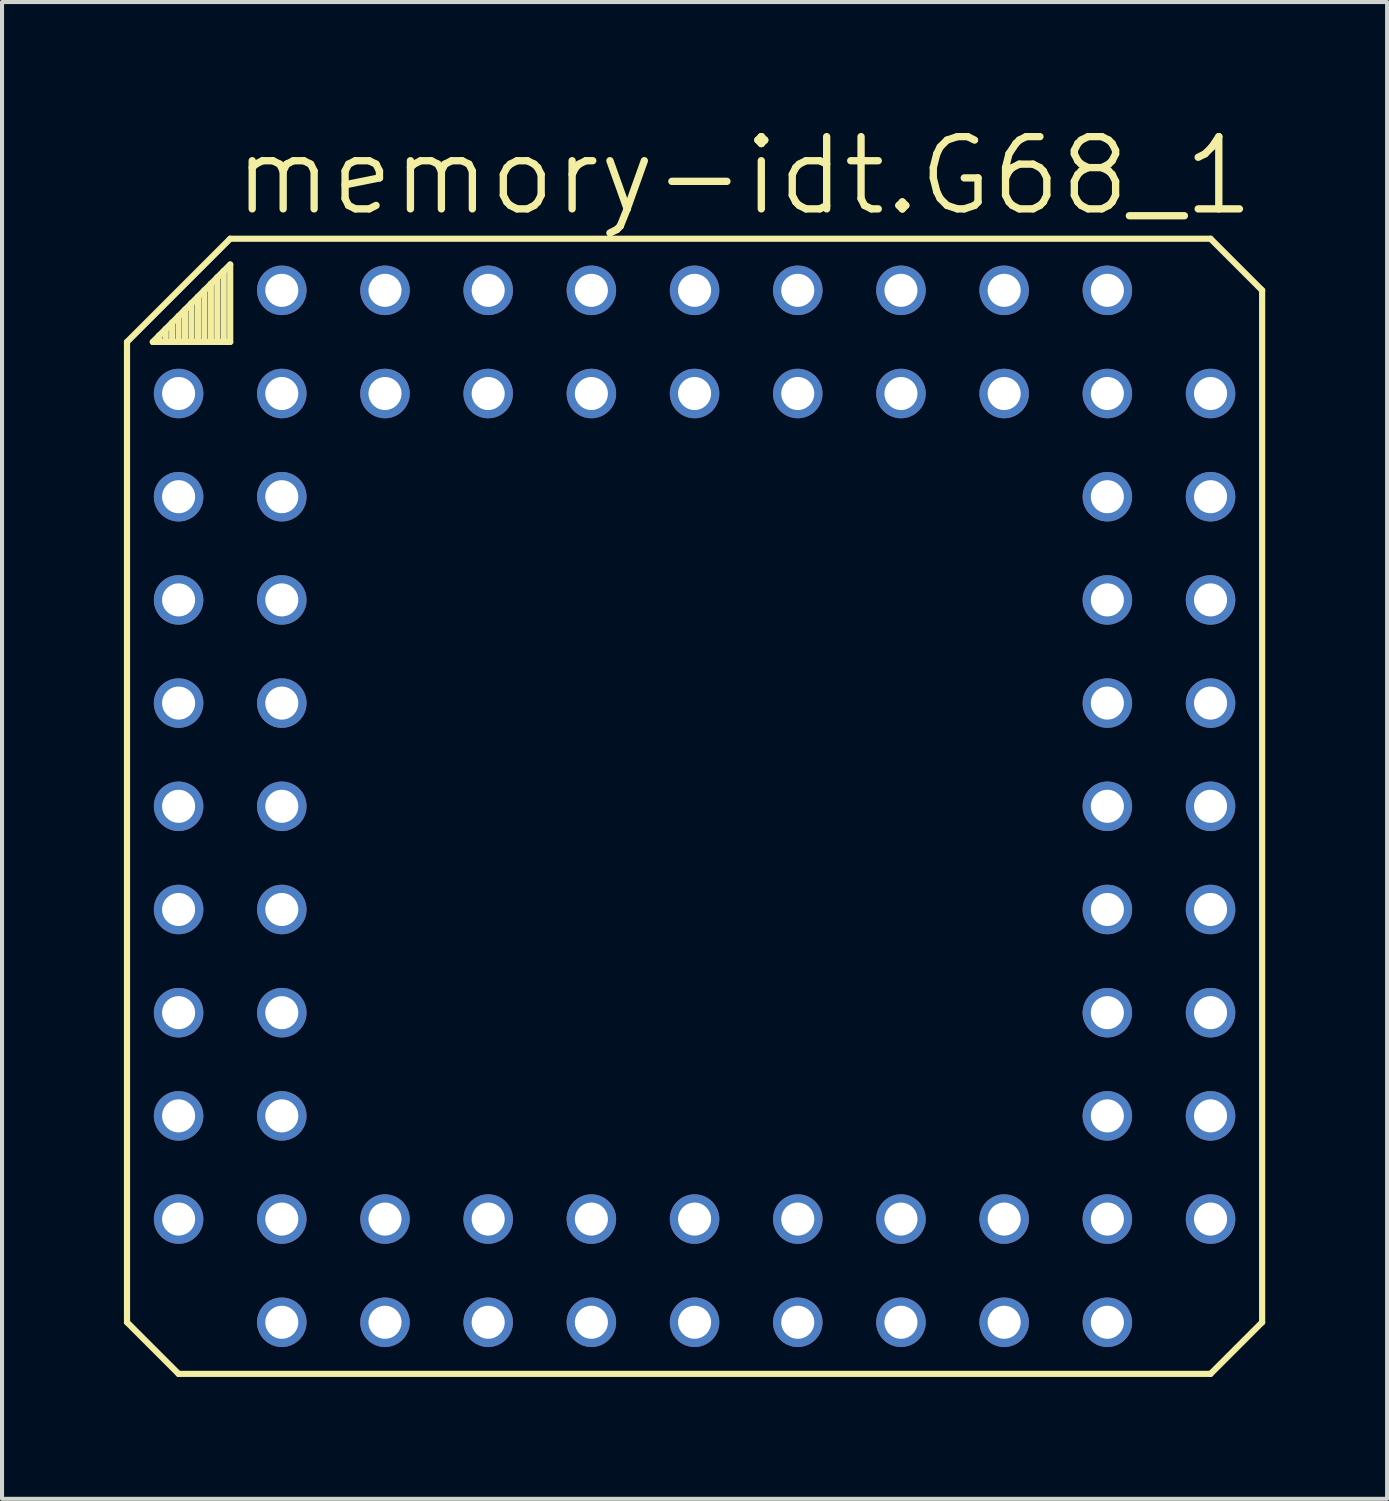
<source format=kicad_pcb>
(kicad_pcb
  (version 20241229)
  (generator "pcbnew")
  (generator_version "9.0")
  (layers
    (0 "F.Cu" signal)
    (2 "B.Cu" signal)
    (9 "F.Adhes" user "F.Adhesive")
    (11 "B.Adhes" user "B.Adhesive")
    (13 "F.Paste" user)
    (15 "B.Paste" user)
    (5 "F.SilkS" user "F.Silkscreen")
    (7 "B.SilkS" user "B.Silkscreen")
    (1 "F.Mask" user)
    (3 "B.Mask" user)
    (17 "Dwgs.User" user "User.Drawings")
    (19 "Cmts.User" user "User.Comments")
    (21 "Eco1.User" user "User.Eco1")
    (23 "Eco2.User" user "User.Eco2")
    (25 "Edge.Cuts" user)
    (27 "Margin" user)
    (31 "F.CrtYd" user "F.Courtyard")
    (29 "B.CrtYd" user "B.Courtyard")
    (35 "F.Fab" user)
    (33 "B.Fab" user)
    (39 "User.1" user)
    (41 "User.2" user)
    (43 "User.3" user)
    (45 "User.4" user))
  (footprint "memory-idt.G68_1"
    (layer "F.Cu")
    (at 14.046 16.796)
    (property "Reference" "memory-idt.G68_1" (at -11.43 -14.478 0) (layer "F.SilkS") (effects (font (size 1.778 1.778) (thickness 0.18)) (justify left bottom)))
    (attr through_hole)
    (fp_line (start -13.97 -11.43) (end -11.43 -13.97) (stroke (width 0.152) (type default)) (layer "F.SilkS"))
    (fp_line (start -13.97 12.7) (end -13.97 -11.43) (stroke (width 0.152) (type default)) (layer "F.SilkS"))
    (fp_line (start -13.335 -11.43) (end -13.176 -11.589) (stroke (width 0.152) (type default)) (layer "F.SilkS"))
    (fp_line (start -13.176 -11.589) (end -13.176 -11.43) (stroke (width 0.152) (type default)) (layer "F.SilkS"))
    (fp_line (start -13.176 -11.589) (end -13.018 -11.748) (stroke (width 0.152) (type default)) (layer "F.SilkS"))
    (fp_line (start -13.176 -11.43) (end -13.335 -11.43) (stroke (width 0.152) (type default)) (layer "F.SilkS"))
    (fp_line (start -13.018 -11.748) (end -13.018 -11.43) (stroke (width 0.152) (type default)) (layer "F.SilkS"))
    (fp_line (start -13.018 -11.748) (end -12.859 -11.906) (stroke (width 0.152) (type default)) (layer "F.SilkS"))
    (fp_line (start -13.018 -11.43) (end -13.176 -11.43) (stroke (width 0.152) (type default)) (layer "F.SilkS"))
    (fp_line (start -12.859 -11.906) (end -12.859 -11.43) (stroke (width 0.152) (type default)) (layer "F.SilkS"))
    (fp_line (start -12.859 -11.906) (end -12.7 -12.065) (stroke (width 0.152) (type default)) (layer "F.SilkS"))
    (fp_line (start -12.859 -11.43) (end -13.018 -11.43) (stroke (width 0.152) (type default)) (layer "F.SilkS"))
    (fp_line (start -12.7 -12.065) (end -12.7 -11.43) (stroke (width 0.152) (type default)) (layer "F.SilkS"))
    (fp_line (start -12.7 -12.065) (end -12.541 -12.224) (stroke (width 0.152) (type default)) (layer "F.SilkS"))
    (fp_line (start -12.7 -11.43) (end -12.859 -11.43) (stroke (width 0.152) (type default)) (layer "F.SilkS"))
    (fp_line (start -12.7 13.97) (end -13.97 12.7) (stroke (width 0.152) (type default)) (layer "F.SilkS"))
    (fp_line (start -12.541 -12.224) (end -12.541 -11.43) (stroke (width 0.152) (type default)) (layer "F.SilkS"))
    (fp_line (start -12.541 -12.224) (end -12.383 -12.383) (stroke (width 0.152) (type default)) (layer "F.SilkS"))
    (fp_line (start -12.541 -11.43) (end -12.7 -11.43) (stroke (width 0.152) (type default)) (layer "F.SilkS"))
    (fp_line (start -12.383 -12.383) (end -12.383 -11.43) (stroke (width 0.152) (type default)) (layer "F.SilkS"))
    (fp_line (start -12.383 -12.383) (end -12.224 -12.541) (stroke (width 0.152) (type default)) (layer "F.SilkS"))
    (fp_line (start -12.383 -11.43) (end -12.541 -11.43) (stroke (width 0.152) (type default)) (layer "F.SilkS"))
    (fp_line (start -12.224 -12.541) (end -12.224 -11.43) (stroke (width 0.152) (type default)) (layer "F.SilkS"))
    (fp_line (start -12.224 -12.541) (end -12.065 -12.7) (stroke (width 0.152) (type default)) (layer "F.SilkS"))
    (fp_line (start -12.224 -11.43) (end -12.383 -11.43) (stroke (width 0.152) (type default)) (layer "F.SilkS"))
    (fp_line (start -12.065 -12.7) (end -12.065 -11.43) (stroke (width 0.152) (type default)) (layer "F.SilkS"))
    (fp_line (start -12.065 -12.7) (end -11.906 -12.859) (stroke (width 0.152) (type default)) (layer "F.SilkS"))
    (fp_line (start -12.065 -11.43) (end -12.224 -11.43) (stroke (width 0.152) (type default)) (layer "F.SilkS"))
    (fp_line (start -11.906 -12.859) (end -11.906 -11.43) (stroke (width 0.152) (type default)) (layer "F.SilkS"))
    (fp_line (start -11.906 -12.859) (end -11.748 -13.018) (stroke (width 0.152) (type default)) (layer "F.SilkS"))
    (fp_line (start -11.906 -11.43) (end -12.065 -11.43) (stroke (width 0.152) (type default)) (layer "F.SilkS"))
    (fp_line (start -11.748 -13.018) (end -11.748 -11.43) (stroke (width 0.152) (type default)) (layer "F.SilkS"))
    (fp_line (start -11.748 -13.018) (end -11.589 -13.176) (stroke (width 0.152) (type default)) (layer "F.SilkS"))
    (fp_line (start -11.748 -11.43) (end -11.906 -11.43) (stroke (width 0.152) (type default)) (layer "F.SilkS"))
    (fp_line (start -11.589 -13.176) (end -11.589 -11.43) (stroke (width 0.152) (type default)) (layer "F.SilkS"))
    (fp_line (start -11.589 -13.176) (end -11.43 -13.335) (stroke (width 0.152) (type default)) (layer "F.SilkS"))
    (fp_line (start -11.589 -11.43) (end -11.748 -11.43) (stroke (width 0.152) (type default)) (layer "F.SilkS"))
    (fp_line (start -11.43 -13.97) (end 12.7 -13.97) (stroke (width 0.152) (type default)) (layer "F.SilkS"))
    (fp_line (start -11.43 -13.335) (end -11.43 -11.43) (stroke (width 0.152) (type default)) (layer "F.SilkS"))
    (fp_line (start -11.43 -11.43) (end -11.589 -11.43) (stroke (width 0.152) (type default)) (layer "F.SilkS"))
    (fp_line (start 12.7 -13.97) (end 13.97 -12.7) (stroke (width 0.152) (type default)) (layer "F.SilkS"))
    (fp_line (start 12.7 13.97) (end -12.7 13.97) (stroke (width 0.152) (type default)) (layer "F.SilkS"))
    (fp_line (start 13.97 -12.7) (end 13.97 12.7) (stroke (width 0.152) (type default)) (layer "F.SilkS"))
    (fp_line (start 13.97 12.7) (end 12.7 13.97) (stroke (width 0.152) (type default)) (layer "F.SilkS"))
    (pad "1" thru_hole circle (at -10.16 -10.16) (size 1.219 1.219) (drill 0.813) (layers "*.Cu" "*.Mask"))
    (pad "2" thru_hole circle (at -12.7 -10.16) (size 1.219 1.219) (drill 0.813) (layers "*.Cu" "*.Mask"))
    (pad "3" thru_hole circle (at -10.16 -7.62) (size 1.219 1.219) (drill 0.813) (layers "*.Cu" "*.Mask"))
    (pad "4" thru_hole circle (at -12.7 -7.62) (size 1.219 1.219) (drill 0.813) (layers "*.Cu" "*.Mask"))
    (pad "5" thru_hole circle (at -10.16 -5.08) (size 1.219 1.219) (drill 0.813) (layers "*.Cu" "*.Mask"))
    (pad "6" thru_hole circle (at -12.7 -5.08) (size 1.219 1.219) (drill 0.813) (layers "*.Cu" "*.Mask"))
    (pad "7" thru_hole circle (at -10.16 -2.54) (size 1.219 1.219) (drill 0.813) (layers "*.Cu" "*.Mask"))
    (pad "8" thru_hole circle (at -12.7 -2.54) (size 1.219 1.219) (drill 0.813) (layers "*.Cu" "*.Mask"))
    (pad "9" thru_hole circle (at -10.16 0) (size 1.219 1.219) (drill 0.813) (layers "*.Cu" "*.Mask"))
    (pad "10" thru_hole circle (at -12.7 0) (size 1.219 1.219) (drill 0.813) (layers "*.Cu" "*.Mask"))
    (pad "11" thru_hole circle (at -10.16 2.54) (size 1.219 1.219) (drill 0.813) (layers "*.Cu" "*.Mask"))
    (pad "12" thru_hole circle (at -12.7 2.54) (size 1.219 1.219) (drill 0.813) (layers "*.Cu" "*.Mask"))
    (pad "13" thru_hole circle (at -10.16 5.08) (size 1.219 1.219) (drill 0.813) (layers "*.Cu" "*.Mask"))
    (pad "14" thru_hole circle (at -12.7 5.08) (size 1.219 1.219) (drill 0.813) (layers "*.Cu" "*.Mask"))
    (pad "15" thru_hole circle (at -10.16 7.62) (size 1.219 1.219) (drill 0.813) (layers "*.Cu" "*.Mask"))
    (pad "16" thru_hole circle (at -12.7 7.62) (size 1.219 1.219) (drill 0.813) (layers "*.Cu" "*.Mask"))
    (pad "17" thru_hole circle (at -12.7 10.16) (size 1.219 1.219) (drill 0.813) (layers "*.Cu" "*.Mask"))
    (pad "18" thru_hole circle (at -10.16 10.16) (size 1.219 1.219) (drill 0.813) (layers "*.Cu" "*.Mask"))
    (pad "19" thru_hole circle (at -10.16 12.7) (size 1.219 1.219) (drill 0.813) (layers "*.Cu" "*.Mask"))
    (pad "20" thru_hole circle (at -7.62 10.16) (size 1.219 1.219) (drill 0.813) (layers "*.Cu" "*.Mask"))
    (pad "21" thru_hole circle (at -7.62 12.7) (size 1.219 1.219) (drill 0.813) (layers "*.Cu" "*.Mask"))
    (pad "22" thru_hole circle (at -5.08 10.16) (size 1.219 1.219) (drill 0.813) (layers "*.Cu" "*.Mask"))
    (pad "23" thru_hole circle (at -5.08 12.7) (size 1.219 1.219) (drill 0.813) (layers "*.Cu" "*.Mask"))
    (pad "24" thru_hole circle (at -2.54 10.16) (size 1.219 1.219) (drill 0.813) (layers "*.Cu" "*.Mask"))
    (pad "25" thru_hole circle (at -2.54 12.7) (size 1.219 1.219) (drill 0.813) (layers "*.Cu" "*.Mask"))
    (pad "26" thru_hole circle (at 0 10.16) (size 1.219 1.219) (drill 0.813) (layers "*.Cu" "*.Mask"))
    (pad "27" thru_hole circle (at 0 12.7) (size 1.219 1.219) (drill 0.813) (layers "*.Cu" "*.Mask"))
    (pad "28" thru_hole circle (at 2.54 10.16) (size 1.219 1.219) (drill 0.813) (layers "*.Cu" "*.Mask"))
    (pad "29" thru_hole circle (at 2.54 12.7) (size 1.219 1.219) (drill 0.813) (layers "*.Cu" "*.Mask"))
    (pad "30" thru_hole circle (at 5.08 10.16) (size 1.219 1.219) (drill 0.813) (layers "*.Cu" "*.Mask"))
    (pad "31" thru_hole circle (at 5.08 12.7) (size 1.219 1.219) (drill 0.813) (layers "*.Cu" "*.Mask"))
    (pad "32" thru_hole circle (at 7.62 10.16) (size 1.219 1.219) (drill 0.813) (layers "*.Cu" "*.Mask"))
    (pad "33" thru_hole circle (at 7.62 12.7) (size 1.219 1.219) (drill 0.813) (layers "*.Cu" "*.Mask"))
    (pad "34" thru_hole circle (at 10.16 12.7) (size 1.219 1.219) (drill 0.813) (layers "*.Cu" "*.Mask"))
    (pad "35" thru_hole circle (at 10.16 10.16) (size 1.219 1.219) (drill 0.813) (layers "*.Cu" "*.Mask"))
    (pad "36" thru_hole circle (at 12.7 10.16) (size 1.219 1.219) (drill 0.813) (layers "*.Cu" "*.Mask"))
    (pad "37" thru_hole circle (at 10.16 7.62) (size 1.219 1.219) (drill 0.813) (layers "*.Cu" "*.Mask"))
    (pad "38" thru_hole circle (at 12.7 7.62) (size 1.219 1.219) (drill 0.813) (layers "*.Cu" "*.Mask"))
    (pad "39" thru_hole circle (at 10.16 5.08) (size 1.219 1.219) (drill 0.813) (layers "*.Cu" "*.Mask"))
    (pad "40" thru_hole circle (at 12.7 5.08) (size 1.219 1.219) (drill 0.813) (layers "*.Cu" "*.Mask"))
    (pad "41" thru_hole circle (at 10.16 2.54) (size 1.219 1.219) (drill 0.813) (layers "*.Cu" "*.Mask"))
    (pad "42" thru_hole circle (at 12.7 2.54) (size 1.219 1.219) (drill 0.813) (layers "*.Cu" "*.Mask"))
    (pad "43" thru_hole circle (at 10.16 0) (size 1.219 1.219) (drill 0.813) (layers "*.Cu" "*.Mask"))
    (pad "44" thru_hole circle (at 12.7 0) (size 1.219 1.219) (drill 0.813) (layers "*.Cu" "*.Mask"))
    (pad "45" thru_hole circle (at 10.16 -2.54) (size 1.219 1.219) (drill 0.813) (layers "*.Cu" "*.Mask"))
    (pad "46" thru_hole circle (at 12.7 -2.54) (size 1.219 1.219) (drill 0.813) (layers "*.Cu" "*.Mask"))
    (pad "47" thru_hole circle (at 10.16 -5.08) (size 1.219 1.219) (drill 0.813) (layers "*.Cu" "*.Mask"))
    (pad "48" thru_hole circle (at 12.7 -5.08) (size 1.219 1.219) (drill 0.813) (layers "*.Cu" "*.Mask"))
    (pad "49" thru_hole circle (at 10.16 -7.62) (size 1.219 1.219) (drill 0.813) (layers "*.Cu" "*.Mask"))
    (pad "50" thru_hole circle (at 12.7 -7.62) (size 1.219 1.219) (drill 0.813) (layers "*.Cu" "*.Mask"))
    (pad "51" thru_hole circle (at 12.7 -10.16) (size 1.219 1.219) (drill 0.813) (layers "*.Cu" "*.Mask"))
    (pad "52" thru_hole circle (at 10.16 -10.16) (size 1.219 1.219) (drill 0.813) (layers "*.Cu" "*.Mask"))
    (pad "53" thru_hole circle (at 10.16 -12.7) (size 1.219 1.219) (drill 0.813) (layers "*.Cu" "*.Mask"))
    (pad "54" thru_hole circle (at 7.62 -10.16) (size 1.219 1.219) (drill 0.813) (layers "*.Cu" "*.Mask"))
    (pad "55" thru_hole circle (at 7.62 -12.7) (size 1.219 1.219) (drill 0.813) (layers "*.Cu" "*.Mask"))
    (pad "56" thru_hole circle (at 5.08 -10.16) (size 1.219 1.219) (drill 0.813) (layers "*.Cu" "*.Mask"))
    (pad "57" thru_hole circle (at 5.08 -12.7) (size 1.219 1.219) (drill 0.813) (layers "*.Cu" "*.Mask"))
    (pad "58" thru_hole circle (at 2.54 -10.16) (size 1.219 1.219) (drill 0.813) (layers "*.Cu" "*.Mask"))
    (pad "59" thru_hole circle (at 2.54 -12.7) (size 1.219 1.219) (drill 0.813) (layers "*.Cu" "*.Mask"))
    (pad "60" thru_hole circle (at 0 -10.16) (size 1.219 1.219) (drill 0.813) (layers "*.Cu" "*.Mask"))
    (pad "61" thru_hole circle (at 0 -12.7) (size 1.219 1.219) (drill 0.813) (layers "*.Cu" "*.Mask"))
    (pad "62" thru_hole circle (at -2.54 -10.16) (size 1.219 1.219) (drill 0.813) (layers "*.Cu" "*.Mask"))
    (pad "63" thru_hole circle (at -2.54 -12.7) (size 1.219 1.219) (drill 0.813) (layers "*.Cu" "*.Mask"))
    (pad "64" thru_hole circle (at -5.08 -10.16) (size 1.219 1.219) (drill 0.813) (layers "*.Cu" "*.Mask"))
    (pad "65" thru_hole circle (at -5.08 -12.7) (size 1.219 1.219) (drill 0.813) (layers "*.Cu" "*.Mask"))
    (pad "66" thru_hole circle (at -7.62 -10.16) (size 1.219 1.219) (drill 0.813) (layers "*.Cu" "*.Mask"))
    (pad "67" thru_hole circle (at -7.62 -12.7) (size 1.219 1.219) (drill 0.813) (layers "*.Cu" "*.Mask"))
    (pad "68" thru_hole circle (at -10.16 -12.7) (size 1.219 1.219) (drill 0.813) (layers "*.Cu" "*.Mask")))
  (gr_rect
    (start -3 -3)
    (end 31.092 33.842)
    (stroke (width 0.1) (type default))
    (fill no)
    (layer "Edge.Cuts")))
</source>
